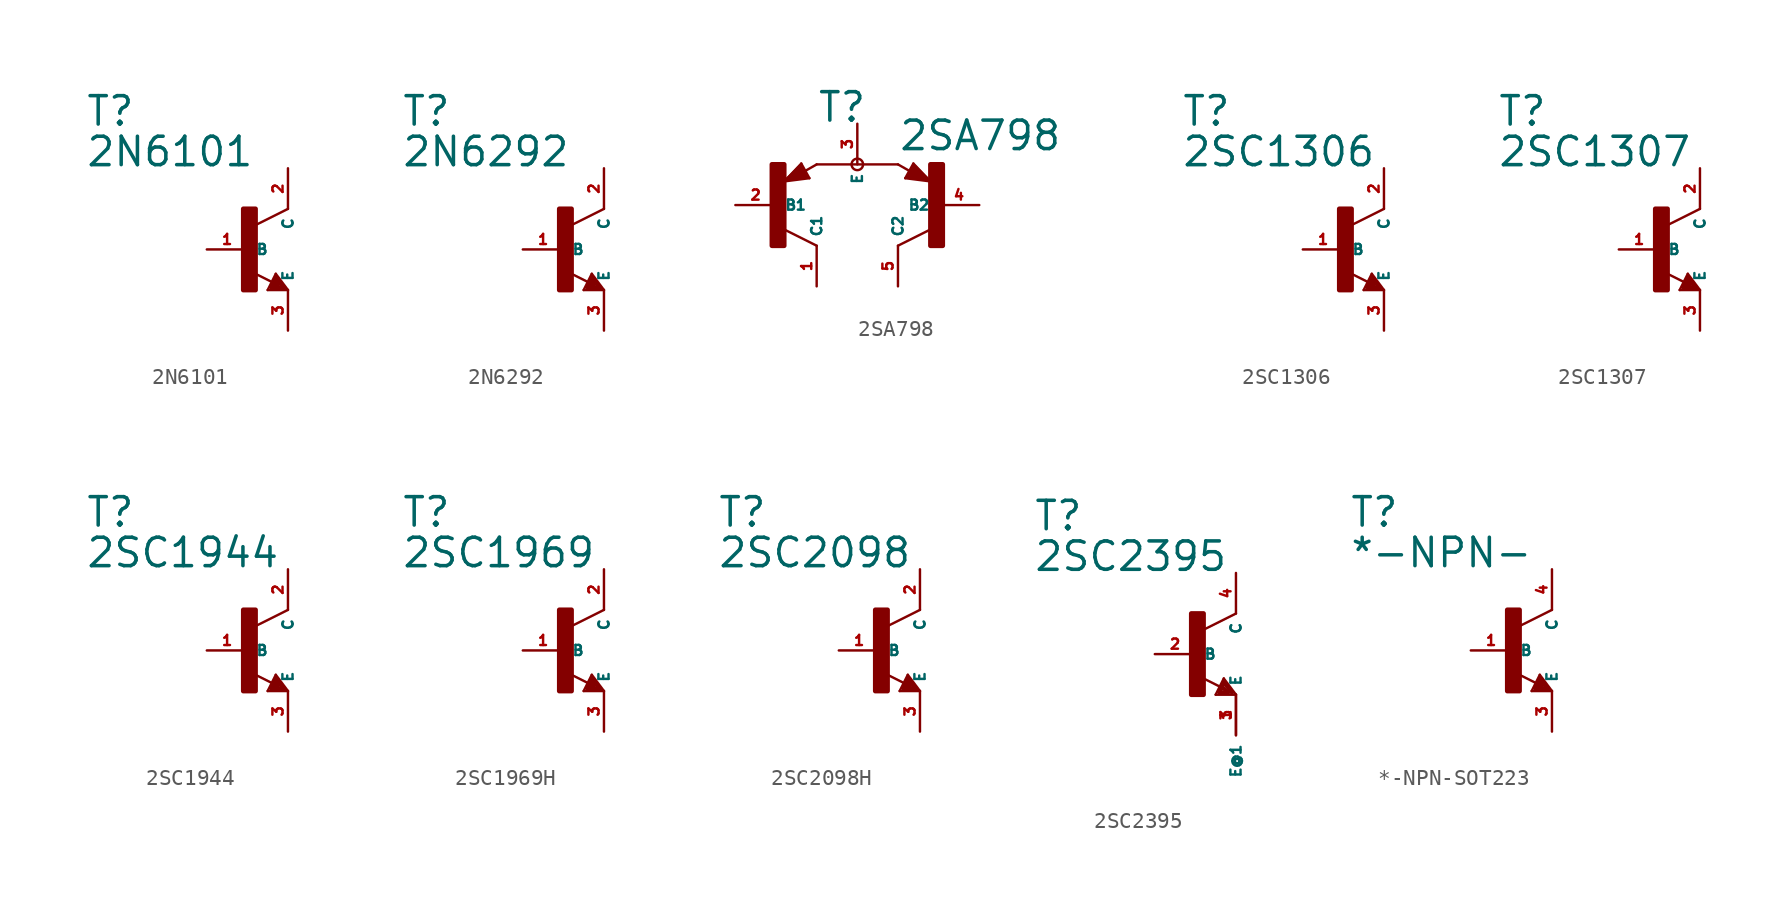
<source format=kicad_sym>
(kicad_symbol_lib
  (version 20220914)
  (generator Eagle2Kicad)
  (symbol "2N6101"
    (property "Reference" "T"
      (at -10.16 7.62 0)
      (effects (font (size 1.778 1.778) (thickness 0.22)) (justify left bottom)))
    (property "Value" "2N6101"
      (at -10.16 5.08 0)
      (effects (font (size 1.778 1.778) (thickness 0.22)) (justify left bottom)))
    (polyline
      (pts (xy 2.54 2.54) (xy 0.508 1.524))
      (stroke (width 0.152) (type default))
      (fill (type none)))
    (polyline
      (pts (xy 1.778 -1.524) (xy 2.54 -2.54))
      (stroke (width 0.152) (type default))
      (fill (type none)))
    (polyline
      (pts (xy 2.54 -2.54) (xy 1.27 -2.54))
      (stroke (width 0.152) (type default))
      (fill (type none)))
    (polyline
      (pts (xy 1.27 -2.54) (xy 1.778 -1.524))
      (stroke (width 0.152) (type default))
      (fill (type none)))
    (polyline
      (pts (xy 1.54 -2.04) (xy 0.308 -1.424))
      (stroke (width 0.152) (type default))
      (fill (type none)))
    (polyline
      (pts (xy 1.524 -2.413) (xy 2.286 -2.413))
      (stroke (width 0.254) (type default))
      (fill (type none)))
    (polyline
      (pts (xy 2.286 -2.413) (xy 1.778 -1.778))
      (stroke (width 0.254) (type default))
      (fill (type none)))
    (polyline
      (pts (xy 1.778 -1.778) (xy 1.524 -2.286))
      (stroke (width 0.254) (type default))
      (fill (type none)))
    (polyline
      (pts (xy 1.524 -2.286) (xy 1.905 -2.286))
      (stroke (width 0.254) (type default))
      (fill (type none)))
    (polyline
      (pts (xy 1.905 -2.286) (xy 1.778 -2.032))
      (stroke (width 0.254) (type default))
      (fill (type none)))
    (rectangle
      (start -0.254 -2.54)
      (end 0.508 2.54)
      (stroke (width 0.3) (type default))
      (fill (type outline)))
    (pin passive line
      (at -2.54 0 0)
      (length 2.54)
      (name "B" (effects (font (size 0.635 0.635) (thickness 0.08)) (justify left bottom)))
      (number "1" (effects (font (size 0.635 0.635) (thickness 0.08)) (justify left bottom))))
    (pin passive line
      (at 2.54 -5.08 90)
      (length 2.54)
      (name "E" (effects (font (size 0.635 0.635) (thickness 0.08)) (justify left bottom)))
      (number "3" (effects (font (size 0.635 0.635) (thickness 0.08)) (justify left bottom))))
    (pin passive line
      (at 2.54 5.08 270)
      (length 2.54)
      (name "C" (effects (font (size 0.635 0.635) (thickness 0.08)) (justify left bottom)))
      (number "2" (effects (font (size 0.635 0.635) (thickness 0.08)) (justify left bottom)))))
  (symbol "2N6292"
    (property "Reference" "T"
      (at -10.16 7.62 0)
      (effects (font (size 1.778 1.778) (thickness 0.22)) (justify left bottom)))
    (property "Value" "2N6292"
      (at -10.16 5.08 0)
      (effects (font (size 1.778 1.778) (thickness 0.22)) (justify left bottom)))
    (polyline
      (pts (xy 2.54 2.54) (xy 0.508 1.524))
      (stroke (width 0.152) (type default))
      (fill (type none)))
    (polyline
      (pts (xy 1.778 -1.524) (xy 2.54 -2.54))
      (stroke (width 0.152) (type default))
      (fill (type none)))
    (polyline
      (pts (xy 2.54 -2.54) (xy 1.27 -2.54))
      (stroke (width 0.152) (type default))
      (fill (type none)))
    (polyline
      (pts (xy 1.27 -2.54) (xy 1.778 -1.524))
      (stroke (width 0.152) (type default))
      (fill (type none)))
    (polyline
      (pts (xy 1.54 -2.04) (xy 0.308 -1.424))
      (stroke (width 0.152) (type default))
      (fill (type none)))
    (polyline
      (pts (xy 1.524 -2.413) (xy 2.286 -2.413))
      (stroke (width 0.254) (type default))
      (fill (type none)))
    (polyline
      (pts (xy 2.286 -2.413) (xy 1.778 -1.778))
      (stroke (width 0.254) (type default))
      (fill (type none)))
    (polyline
      (pts (xy 1.778 -1.778) (xy 1.524 -2.286))
      (stroke (width 0.254) (type default))
      (fill (type none)))
    (polyline
      (pts (xy 1.524 -2.286) (xy 1.905 -2.286))
      (stroke (width 0.254) (type default))
      (fill (type none)))
    (polyline
      (pts (xy 1.905 -2.286) (xy 1.778 -2.032))
      (stroke (width 0.254) (type default))
      (fill (type none)))
    (rectangle
      (start -0.254 -2.54)
      (end 0.508 2.54)
      (stroke (width 0.3) (type default))
      (fill (type outline)))
    (pin passive line
      (at -2.54 0 0)
      (length 2.54)
      (name "B" (effects (font (size 0.635 0.635) (thickness 0.08)) (justify left bottom)))
      (number "1" (effects (font (size 0.635 0.635) (thickness 0.08)) (justify left bottom))))
    (pin passive line
      (at 2.54 -5.08 90)
      (length 2.54)
      (name "E" (effects (font (size 0.635 0.635) (thickness 0.08)) (justify left bottom)))
      (number "3" (effects (font (size 0.635 0.635) (thickness 0.08)) (justify left bottom))))
    (pin passive line
      (at 2.54 5.08 270)
      (length 2.54)
      (name "C" (effects (font (size 0.635 0.635) (thickness 0.08)) (justify left bottom)))
      (number "2" (effects (font (size 0.635 0.635) (thickness 0.08)) (justify left bottom)))))
  (symbol "2SA798"
    (property "Reference" "T"
      (at -2.54 5.08 0)
      (effects (font (size 1.778 1.778) (thickness 0.22)) (justify left bottom)))
    (property "Value" "2SA798"
      (at 2.54 3.302 0)
      (effects (font (size 1.778 1.778) (thickness 0.22)) (justify left bottom)))
    (polyline
      (pts (xy -2.994 1.678) (xy -3.502 2.594))
      (stroke (width 0.152) (type default))
      (fill (type none)))
    (polyline
      (pts (xy -3.502 2.594) (xy -4.564 1.478))
      (stroke (width 0.152) (type default))
      (fill (type none)))
    (polyline
      (pts (xy -4.564 1.478) (xy -2.994 1.678))
      (stroke (width 0.152) (type default))
      (fill (type none)))
    (polyline
      (pts (xy -2.54 2.54) (xy -3.272 2.124))
      (stroke (width 0.152) (type default))
      (fill (type none)))
    (polyline
      (pts (xy -2.54 -2.54) (xy -4.572 -1.524))
      (stroke (width 0.152) (type default))
      (fill (type none)))
    (polyline
      (pts (xy -3.175 1.778) (xy -3.556 2.413))
      (stroke (width 0.254) (type default))
      (fill (type none)))
    (polyline
      (pts (xy -3.556 2.413) (xy -4.318 1.651))
      (stroke (width 0.254) (type default))
      (fill (type none)))
    (polyline
      (pts (xy -4.318 1.651) (xy -3.302 1.778))
      (stroke (width 0.254) (type default))
      (fill (type none)))
    (polyline
      (pts (xy -3.302 1.778) (xy -3.556 2.159))
      (stroke (width 0.254) (type default))
      (fill (type none)))
    (polyline
      (pts (xy -3.556 2.159) (xy -3.937 1.905))
      (stroke (width 0.254) (type default))
      (fill (type none)))
    (polyline
      (pts (xy -3.937 1.905) (xy -3.556 1.905))
      (stroke (width 0.254) (type default))
      (fill (type none)))
    (polyline
      (pts (xy 2.994 1.678) (xy 3.502 2.594))
      (stroke (width 0.152) (type default))
      (fill (type none)))
    (polyline
      (pts (xy 3.502 2.594) (xy 4.564 1.478))
      (stroke (width 0.152) (type default))
      (fill (type none)))
    (polyline
      (pts (xy 4.564 1.478) (xy 2.994 1.678))
      (stroke (width 0.152) (type default))
      (fill (type none)))
    (polyline
      (pts (xy 2.54 2.54) (xy 3.272 2.124))
      (stroke (width 0.152) (type default))
      (fill (type none)))
    (polyline
      (pts (xy 2.54 -2.54) (xy 4.572 -1.524))
      (stroke (width 0.152) (type default))
      (fill (type none)))
    (polyline
      (pts (xy 3.175 1.778) (xy 3.556 2.413))
      (stroke (width 0.254) (type default))
      (fill (type none)))
    (polyline
      (pts (xy 3.556 2.413) (xy 4.318 1.651))
      (stroke (width 0.254) (type default))
      (fill (type none)))
    (polyline
      (pts (xy 4.318 1.651) (xy 3.302 1.778))
      (stroke (width 0.254) (type default))
      (fill (type none)))
    (polyline
      (pts (xy 3.302 1.778) (xy 3.556 2.159))
      (stroke (width 0.254) (type default))
      (fill (type none)))
    (polyline
      (pts (xy 3.556 2.159) (xy 3.937 1.905))
      (stroke (width 0.254) (type default))
      (fill (type none)))
    (polyline
      (pts (xy 3.937 1.905) (xy 3.556 1.905))
      (stroke (width 0.254) (type default))
      (fill (type none)))
    (polyline
      (pts (xy 2.54 2.54) (xy -2.54 2.54))
      (stroke (width 0.152) (type default))
      (fill (type none)))
    (circle
      (center 0 2.54)
      (radius 0.359)
      (stroke (width 0) (type default))
      (fill (type none)))
    (rectangle
      (start -5.334 -2.54)
      (end -4.572 2.54)
      (stroke (width 0.3) (type default))
      (fill (type outline)))
    (rectangle
      (start 4.572 -2.54)
      (end 5.334 2.54)
      (stroke (width 0.3) (type default))
      (fill (type outline)))
    (pin passive line
      (at -7.62 0 0)
      (length 2.54)
      (name "B1" (effects (font (size 0.635 0.635) (thickness 0.08)) (justify left bottom)))
      (number "2" (effects (font (size 0.635 0.635) (thickness 0.08)) (justify left bottom))))
    (pin passive line
      (at 0 5.08 270)
      (length 2.54)
      (name "E" (effects (font (size 0.635 0.635) (thickness 0.08)) (justify left bottom)))
      (number "3" (effects (font (size 0.635 0.635) (thickness 0.08)) (justify left bottom))))
    (pin passive line
      (at -2.54 -5.08 90)
      (length 2.54)
      (name "C1" (effects (font (size 0.635 0.635) (thickness 0.08)) (justify left bottom)))
      (number "1" (effects (font (size 0.635 0.635) (thickness 0.08)) (justify left bottom))))
    (pin passive line
      (at 7.62 0 180)
      (length 2.54)
      (name "B2" (effects (font (size 0.635 0.635) (thickness 0.08)) (justify left bottom)))
      (number "4" (effects (font (size 0.635 0.635) (thickness 0.08)) (justify left bottom))))
    (pin passive line
      (at 2.54 -5.08 90)
      (length 2.54)
      (name "C2" (effects (font (size 0.635 0.635) (thickness 0.08)) (justify left bottom)))
      (number "5" (effects (font (size 0.635 0.635) (thickness 0.08)) (justify left bottom)))))
  (symbol "2SC1306"
    (property "Reference" "T"
      (at -10.16 7.62 0)
      (effects (font (size 1.778 1.778) (thickness 0.22)) (justify left bottom)))
    (property "Value" "2SC1306"
      (at -10.16 5.08 0)
      (effects (font (size 1.778 1.778) (thickness 0.22)) (justify left bottom)))
    (polyline
      (pts (xy 2.54 2.54) (xy 0.508 1.524))
      (stroke (width 0.152) (type default))
      (fill (type none)))
    (polyline
      (pts (xy 1.778 -1.524) (xy 2.54 -2.54))
      (stroke (width 0.152) (type default))
      (fill (type none)))
    (polyline
      (pts (xy 2.54 -2.54) (xy 1.27 -2.54))
      (stroke (width 0.152) (type default))
      (fill (type none)))
    (polyline
      (pts (xy 1.27 -2.54) (xy 1.778 -1.524))
      (stroke (width 0.152) (type default))
      (fill (type none)))
    (polyline
      (pts (xy 1.54 -2.04) (xy 0.308 -1.424))
      (stroke (width 0.152) (type default))
      (fill (type none)))
    (polyline
      (pts (xy 1.524 -2.413) (xy 2.286 -2.413))
      (stroke (width 0.254) (type default))
      (fill (type none)))
    (polyline
      (pts (xy 2.286 -2.413) (xy 1.778 -1.778))
      (stroke (width 0.254) (type default))
      (fill (type none)))
    (polyline
      (pts (xy 1.778 -1.778) (xy 1.524 -2.286))
      (stroke (width 0.254) (type default))
      (fill (type none)))
    (polyline
      (pts (xy 1.524 -2.286) (xy 1.905 -2.286))
      (stroke (width 0.254) (type default))
      (fill (type none)))
    (polyline
      (pts (xy 1.905 -2.286) (xy 1.778 -2.032))
      (stroke (width 0.254) (type default))
      (fill (type none)))
    (rectangle
      (start -0.254 -2.54)
      (end 0.508 2.54)
      (stroke (width 0.3) (type default))
      (fill (type outline)))
    (pin passive line
      (at -2.54 0 0)
      (length 2.54)
      (name "B" (effects (font (size 0.635 0.635) (thickness 0.08)) (justify left bottom)))
      (number "1" (effects (font (size 0.635 0.635) (thickness 0.08)) (justify left bottom))))
    (pin passive line
      (at 2.54 -5.08 90)
      (length 2.54)
      (name "E" (effects (font (size 0.635 0.635) (thickness 0.08)) (justify left bottom)))
      (number "3" (effects (font (size 0.635 0.635) (thickness 0.08)) (justify left bottom))))
    (pin passive line
      (at 2.54 5.08 270)
      (length 2.54)
      (name "C" (effects (font (size 0.635 0.635) (thickness 0.08)) (justify left bottom)))
      (number "2" (effects (font (size 0.635 0.635) (thickness 0.08)) (justify left bottom)))))
  (symbol "2SC1307"
    (property "Reference" "T"
      (at -10.16 7.62 0)
      (effects (font (size 1.778 1.778) (thickness 0.22)) (justify left bottom)))
    (property "Value" "2SC1307"
      (at -10.16 5.08 0)
      (effects (font (size 1.778 1.778) (thickness 0.22)) (justify left bottom)))
    (polyline
      (pts (xy 2.54 2.54) (xy 0.508 1.524))
      (stroke (width 0.152) (type default))
      (fill (type none)))
    (polyline
      (pts (xy 1.778 -1.524) (xy 2.54 -2.54))
      (stroke (width 0.152) (type default))
      (fill (type none)))
    (polyline
      (pts (xy 2.54 -2.54) (xy 1.27 -2.54))
      (stroke (width 0.152) (type default))
      (fill (type none)))
    (polyline
      (pts (xy 1.27 -2.54) (xy 1.778 -1.524))
      (stroke (width 0.152) (type default))
      (fill (type none)))
    (polyline
      (pts (xy 1.54 -2.04) (xy 0.308 -1.424))
      (stroke (width 0.152) (type default))
      (fill (type none)))
    (polyline
      (pts (xy 1.524 -2.413) (xy 2.286 -2.413))
      (stroke (width 0.254) (type default))
      (fill (type none)))
    (polyline
      (pts (xy 2.286 -2.413) (xy 1.778 -1.778))
      (stroke (width 0.254) (type default))
      (fill (type none)))
    (polyline
      (pts (xy 1.778 -1.778) (xy 1.524 -2.286))
      (stroke (width 0.254) (type default))
      (fill (type none)))
    (polyline
      (pts (xy 1.524 -2.286) (xy 1.905 -2.286))
      (stroke (width 0.254) (type default))
      (fill (type none)))
    (polyline
      (pts (xy 1.905 -2.286) (xy 1.778 -2.032))
      (stroke (width 0.254) (type default))
      (fill (type none)))
    (rectangle
      (start -0.254 -2.54)
      (end 0.508 2.54)
      (stroke (width 0.3) (type default))
      (fill (type outline)))
    (pin passive line
      (at -2.54 0 0)
      (length 2.54)
      (name "B" (effects (font (size 0.635 0.635) (thickness 0.08)) (justify left bottom)))
      (number "1" (effects (font (size 0.635 0.635) (thickness 0.08)) (justify left bottom))))
    (pin passive line
      (at 2.54 -5.08 90)
      (length 2.54)
      (name "E" (effects (font (size 0.635 0.635) (thickness 0.08)) (justify left bottom)))
      (number "3" (effects (font (size 0.635 0.635) (thickness 0.08)) (justify left bottom))))
    (pin passive line
      (at 2.54 5.08 270)
      (length 2.54)
      (name "C" (effects (font (size 0.635 0.635) (thickness 0.08)) (justify left bottom)))
      (number "2" (effects (font (size 0.635 0.635) (thickness 0.08)) (justify left bottom)))))
  (symbol "2SC1944"
    (property "Reference" "T"
      (at -10.16 7.62 0)
      (effects (font (size 1.778 1.778) (thickness 0.22)) (justify left bottom)))
    (property "Value" "2SC1944"
      (at -10.16 5.08 0)
      (effects (font (size 1.778 1.778) (thickness 0.22)) (justify left bottom)))
    (polyline
      (pts (xy 2.54 2.54) (xy 0.508 1.524))
      (stroke (width 0.152) (type default))
      (fill (type none)))
    (polyline
      (pts (xy 1.778 -1.524) (xy 2.54 -2.54))
      (stroke (width 0.152) (type default))
      (fill (type none)))
    (polyline
      (pts (xy 2.54 -2.54) (xy 1.27 -2.54))
      (stroke (width 0.152) (type default))
      (fill (type none)))
    (polyline
      (pts (xy 1.27 -2.54) (xy 1.778 -1.524))
      (stroke (width 0.152) (type default))
      (fill (type none)))
    (polyline
      (pts (xy 1.54 -2.04) (xy 0.308 -1.424))
      (stroke (width 0.152) (type default))
      (fill (type none)))
    (polyline
      (pts (xy 1.524 -2.413) (xy 2.286 -2.413))
      (stroke (width 0.254) (type default))
      (fill (type none)))
    (polyline
      (pts (xy 2.286 -2.413) (xy 1.778 -1.778))
      (stroke (width 0.254) (type default))
      (fill (type none)))
    (polyline
      (pts (xy 1.778 -1.778) (xy 1.524 -2.286))
      (stroke (width 0.254) (type default))
      (fill (type none)))
    (polyline
      (pts (xy 1.524 -2.286) (xy 1.905 -2.286))
      (stroke (width 0.254) (type default))
      (fill (type none)))
    (polyline
      (pts (xy 1.905 -2.286) (xy 1.778 -2.032))
      (stroke (width 0.254) (type default))
      (fill (type none)))
    (rectangle
      (start -0.254 -2.54)
      (end 0.508 2.54)
      (stroke (width 0.3) (type default))
      (fill (type outline)))
    (pin passive line
      (at -2.54 0 0)
      (length 2.54)
      (name "B" (effects (font (size 0.635 0.635) (thickness 0.08)) (justify left bottom)))
      (number "1" (effects (font (size 0.635 0.635) (thickness 0.08)) (justify left bottom))))
    (pin passive line
      (at 2.54 -5.08 90)
      (length 2.54)
      (name "E" (effects (font (size 0.635 0.635) (thickness 0.08)) (justify left bottom)))
      (number "3" (effects (font (size 0.635 0.635) (thickness 0.08)) (justify left bottom))))
    (pin passive line
      (at 2.54 5.08 270)
      (length 2.54)
      (name "C" (effects (font (size 0.635 0.635) (thickness 0.08)) (justify left bottom)))
      (number "2" (effects (font (size 0.635 0.635) (thickness 0.08)) (justify left bottom)))))
  (symbol "2SC1969H"
    (property "Reference" "T"
      (at -10.16 7.62 0)
      (effects (font (size 1.778 1.778) (thickness 0.22)) (justify left bottom)))
    (property "Value" "2SC1969"
      (at -10.16 5.08 0)
      (effects (font (size 1.778 1.778) (thickness 0.22)) (justify left bottom)))
    (polyline
      (pts (xy 2.54 2.54) (xy 0.508 1.524))
      (stroke (width 0.152) (type default))
      (fill (type none)))
    (polyline
      (pts (xy 1.778 -1.524) (xy 2.54 -2.54))
      (stroke (width 0.152) (type default))
      (fill (type none)))
    (polyline
      (pts (xy 2.54 -2.54) (xy 1.27 -2.54))
      (stroke (width 0.152) (type default))
      (fill (type none)))
    (polyline
      (pts (xy 1.27 -2.54) (xy 1.778 -1.524))
      (stroke (width 0.152) (type default))
      (fill (type none)))
    (polyline
      (pts (xy 1.54 -2.04) (xy 0.308 -1.424))
      (stroke (width 0.152) (type default))
      (fill (type none)))
    (polyline
      (pts (xy 1.524 -2.413) (xy 2.286 -2.413))
      (stroke (width 0.254) (type default))
      (fill (type none)))
    (polyline
      (pts (xy 2.286 -2.413) (xy 1.778 -1.778))
      (stroke (width 0.254) (type default))
      (fill (type none)))
    (polyline
      (pts (xy 1.778 -1.778) (xy 1.524 -2.286))
      (stroke (width 0.254) (type default))
      (fill (type none)))
    (polyline
      (pts (xy 1.524 -2.286) (xy 1.905 -2.286))
      (stroke (width 0.254) (type default))
      (fill (type none)))
    (polyline
      (pts (xy 1.905 -2.286) (xy 1.778 -2.032))
      (stroke (width 0.254) (type default))
      (fill (type none)))
    (rectangle
      (start -0.254 -2.54)
      (end 0.508 2.54)
      (stroke (width 0.3) (type default))
      (fill (type outline)))
    (pin passive line
      (at -2.54 0 0)
      (length 2.54)
      (name "B" (effects (font (size 0.635 0.635) (thickness 0.08)) (justify left bottom)))
      (number "1" (effects (font (size 0.635 0.635) (thickness 0.08)) (justify left bottom))))
    (pin passive line
      (at 2.54 -5.08 90)
      (length 2.54)
      (name "E" (effects (font (size 0.635 0.635) (thickness 0.08)) (justify left bottom)))
      (number "3" (effects (font (size 0.635 0.635) (thickness 0.08)) (justify left bottom))))
    (pin passive line
      (at 2.54 5.08 270)
      (length 2.54)
      (name "C" (effects (font (size 0.635 0.635) (thickness 0.08)) (justify left bottom)))
      (number "2" (effects (font (size 0.635 0.635) (thickness 0.08)) (justify left bottom)))))
  (symbol "2SC2098H"
    (property "Reference" "T"
      (at -10.16 7.62 0)
      (effects (font (size 1.778 1.778) (thickness 0.22)) (justify left bottom)))
    (property "Value" "2SC2098"
      (at -10.16 5.08 0)
      (effects (font (size 1.778 1.778) (thickness 0.22)) (justify left bottom)))
    (polyline
      (pts (xy 2.54 2.54) (xy 0.508 1.524))
      (stroke (width 0.152) (type default))
      (fill (type none)))
    (polyline
      (pts (xy 1.778 -1.524) (xy 2.54 -2.54))
      (stroke (width 0.152) (type default))
      (fill (type none)))
    (polyline
      (pts (xy 2.54 -2.54) (xy 1.27 -2.54))
      (stroke (width 0.152) (type default))
      (fill (type none)))
    (polyline
      (pts (xy 1.27 -2.54) (xy 1.778 -1.524))
      (stroke (width 0.152) (type default))
      (fill (type none)))
    (polyline
      (pts (xy 1.54 -2.04) (xy 0.308 -1.424))
      (stroke (width 0.152) (type default))
      (fill (type none)))
    (polyline
      (pts (xy 1.524 -2.413) (xy 2.286 -2.413))
      (stroke (width 0.254) (type default))
      (fill (type none)))
    (polyline
      (pts (xy 2.286 -2.413) (xy 1.778 -1.778))
      (stroke (width 0.254) (type default))
      (fill (type none)))
    (polyline
      (pts (xy 1.778 -1.778) (xy 1.524 -2.286))
      (stroke (width 0.254) (type default))
      (fill (type none)))
    (polyline
      (pts (xy 1.524 -2.286) (xy 1.905 -2.286))
      (stroke (width 0.254) (type default))
      (fill (type none)))
    (polyline
      (pts (xy 1.905 -2.286) (xy 1.778 -2.032))
      (stroke (width 0.254) (type default))
      (fill (type none)))
    (rectangle
      (start -0.254 -2.54)
      (end 0.508 2.54)
      (stroke (width 0.3) (type default))
      (fill (type outline)))
    (pin passive line
      (at -2.54 0 0)
      (length 2.54)
      (name "B" (effects (font (size 0.635 0.635) (thickness 0.08)) (justify left bottom)))
      (number "1" (effects (font (size 0.635 0.635) (thickness 0.08)) (justify left bottom))))
    (pin passive line
      (at 2.54 -5.08 90)
      (length 2.54)
      (name "E" (effects (font (size 0.635 0.635) (thickness 0.08)) (justify left bottom)))
      (number "3" (effects (font (size 0.635 0.635) (thickness 0.08)) (justify left bottom))))
    (pin passive line
      (at 2.54 5.08 270)
      (length 2.54)
      (name "C" (effects (font (size 0.635 0.635) (thickness 0.08)) (justify left bottom)))
      (number "2" (effects (font (size 0.635 0.635) (thickness 0.08)) (justify left bottom)))))
  (symbol "2SC2395"
    (property "Reference" "T"
      (at -10.16 7.62 0)
      (effects (font (size 1.778 1.778) (thickness 0.22)) (justify left bottom)))
    (property "Value" "2SC2395"
      (at -10.16 5.08 0)
      (effects (font (size 1.778 1.778) (thickness 0.22)) (justify left bottom)))
    (polyline
      (pts (xy 2.54 2.54) (xy 0.508 1.524))
      (stroke (width 0.152) (type default))
      (fill (type none)))
    (polyline
      (pts (xy 1.778 -1.524) (xy 2.54 -2.54))
      (stroke (width 0.152) (type default))
      (fill (type none)))
    (polyline
      (pts (xy 2.54 -2.54) (xy 1.27 -2.54))
      (stroke (width 0.152) (type default))
      (fill (type none)))
    (polyline
      (pts (xy 1.27 -2.54) (xy 1.778 -1.524))
      (stroke (width 0.152) (type default))
      (fill (type none)))
    (polyline
      (pts (xy 1.54 -2.04) (xy 0.308 -1.424))
      (stroke (width 0.152) (type default))
      (fill (type none)))
    (polyline
      (pts (xy 2.286 -2.413) (xy 1.778 -1.778))
      (stroke (width 0.254) (type default))
      (fill (type none)))
    (polyline
      (pts (xy 1.778 -1.778) (xy 1.524 -2.413))
      (stroke (width 0.254) (type default))
      (fill (type none)))
    (polyline
      (pts (xy 1.524 -2.413) (xy 2.032 -2.413))
      (stroke (width 0.254) (type default))
      (fill (type none)))
    (polyline
      (pts (xy 2.032 -2.413) (xy 1.778 -2.159))
      (stroke (width 0.254) (type default))
      (fill (type none)))
    (rectangle
      (start -0.254 -2.54)
      (end 0.508 2.54)
      (stroke (width 0.3) (type default))
      (fill (type outline)))
    (pin passive line
      (at -2.54 0 0)
      (length 2.54)
      (name "B" (effects (font (size 0.635 0.635) (thickness 0.08)) (justify left bottom)))
      (number "2" (effects (font (size 0.635 0.635) (thickness 0.08)) (justify left bottom))))
    (pin passive line
      (at 2.54 -5.08 90)
      (length 2.54)
      (name "E" (effects (font (size 0.635 0.635) (thickness 0.08)) (justify left bottom)))
      (number "1" (effects (font (size 0.635 0.635) (thickness 0.08)) (justify left bottom))))
    (pin passive line
      (at 2.54 5.08 270)
      (length 2.54)
      (name "C" (effects (font (size 0.635 0.635) (thickness 0.08)) (justify left bottom)))
      (number "4" (effects (font (size 0.635 0.635) (thickness 0.08)) (justify left bottom))))
    (pin passive line
      (at 2.54 -2.54 270)
      (length 2.54)
      (name "E@1" (effects (font (size 0.635 0.635) (thickness 0.08)) (justify left bottom)))
      (number "3" (effects (font (size 0.635 0.635) (thickness 0.08)) (justify left bottom)))))
  (symbol "*-NPN-SOT223"
    (property "Reference" "T"
      (at -10.16 7.62 0)
      (effects (font (size 1.778 1.778) (thickness 0.22)) (justify left bottom)))
    (property "Value" "*-NPN-"
      (at -10.16 5.08 0)
      (effects (font (size 1.778 1.778) (thickness 0.22)) (justify left bottom)))
    (polyline
      (pts (xy 2.54 2.54) (xy 0.508 1.524))
      (stroke (width 0.152) (type default))
      (fill (type none)))
    (polyline
      (pts (xy 1.778 -1.524) (xy 2.54 -2.54))
      (stroke (width 0.152) (type default))
      (fill (type none)))
    (polyline
      (pts (xy 2.54 -2.54) (xy 1.27 -2.54))
      (stroke (width 0.152) (type default))
      (fill (type none)))
    (polyline
      (pts (xy 1.27 -2.54) (xy 1.778 -1.524))
      (stroke (width 0.152) (type default))
      (fill (type none)))
    (polyline
      (pts (xy 1.54 -2.04) (xy 0.308 -1.424))
      (stroke (width 0.152) (type default))
      (fill (type none)))
    (polyline
      (pts (xy 1.524 -2.413) (xy 2.286 -2.413))
      (stroke (width 0.254) (type default))
      (fill (type none)))
    (polyline
      (pts (xy 2.286 -2.413) (xy 1.778 -1.778))
      (stroke (width 0.254) (type default))
      (fill (type none)))
    (polyline
      (pts (xy 1.778 -1.778) (xy 1.524 -2.286))
      (stroke (width 0.254) (type default))
      (fill (type none)))
    (polyline
      (pts (xy 1.524 -2.286) (xy 1.905 -2.286))
      (stroke (width 0.254) (type default))
      (fill (type none)))
    (polyline
      (pts (xy 1.905 -2.286) (xy 1.778 -2.032))
      (stroke (width 0.254) (type default))
      (fill (type none)))
    (rectangle
      (start -0.254 -2.54)
      (end 0.508 2.54)
      (stroke (width 0.3) (type default))
      (fill (type outline)))
    (pin passive line
      (at -2.54 0 0)
      (length 2.54)
      (name "B" (effects (font (size 0.635 0.635) (thickness 0.08)) (justify left bottom)))
      (number "1" (effects (font (size 0.635 0.635) (thickness 0.08)) (justify left bottom))))
    (pin passive line
      (at 2.54 -5.08 90)
      (length 2.54)
      (name "E" (effects (font (size 0.635 0.635) (thickness 0.08)) (justify left bottom)))
      (number "3" (effects (font (size 0.635 0.635) (thickness 0.08)) (justify left bottom))))
    (pin passive line
      (at 2.54 5.08 270)
      (length 2.54)
      (name "C" (effects (font (size 0.635 0.635) (thickness 0.08)) (justify left bottom)))
      (number "4" (effects (font (size 0.635 0.635) (thickness 0.08)) (justify left bottom))))))
</source>
